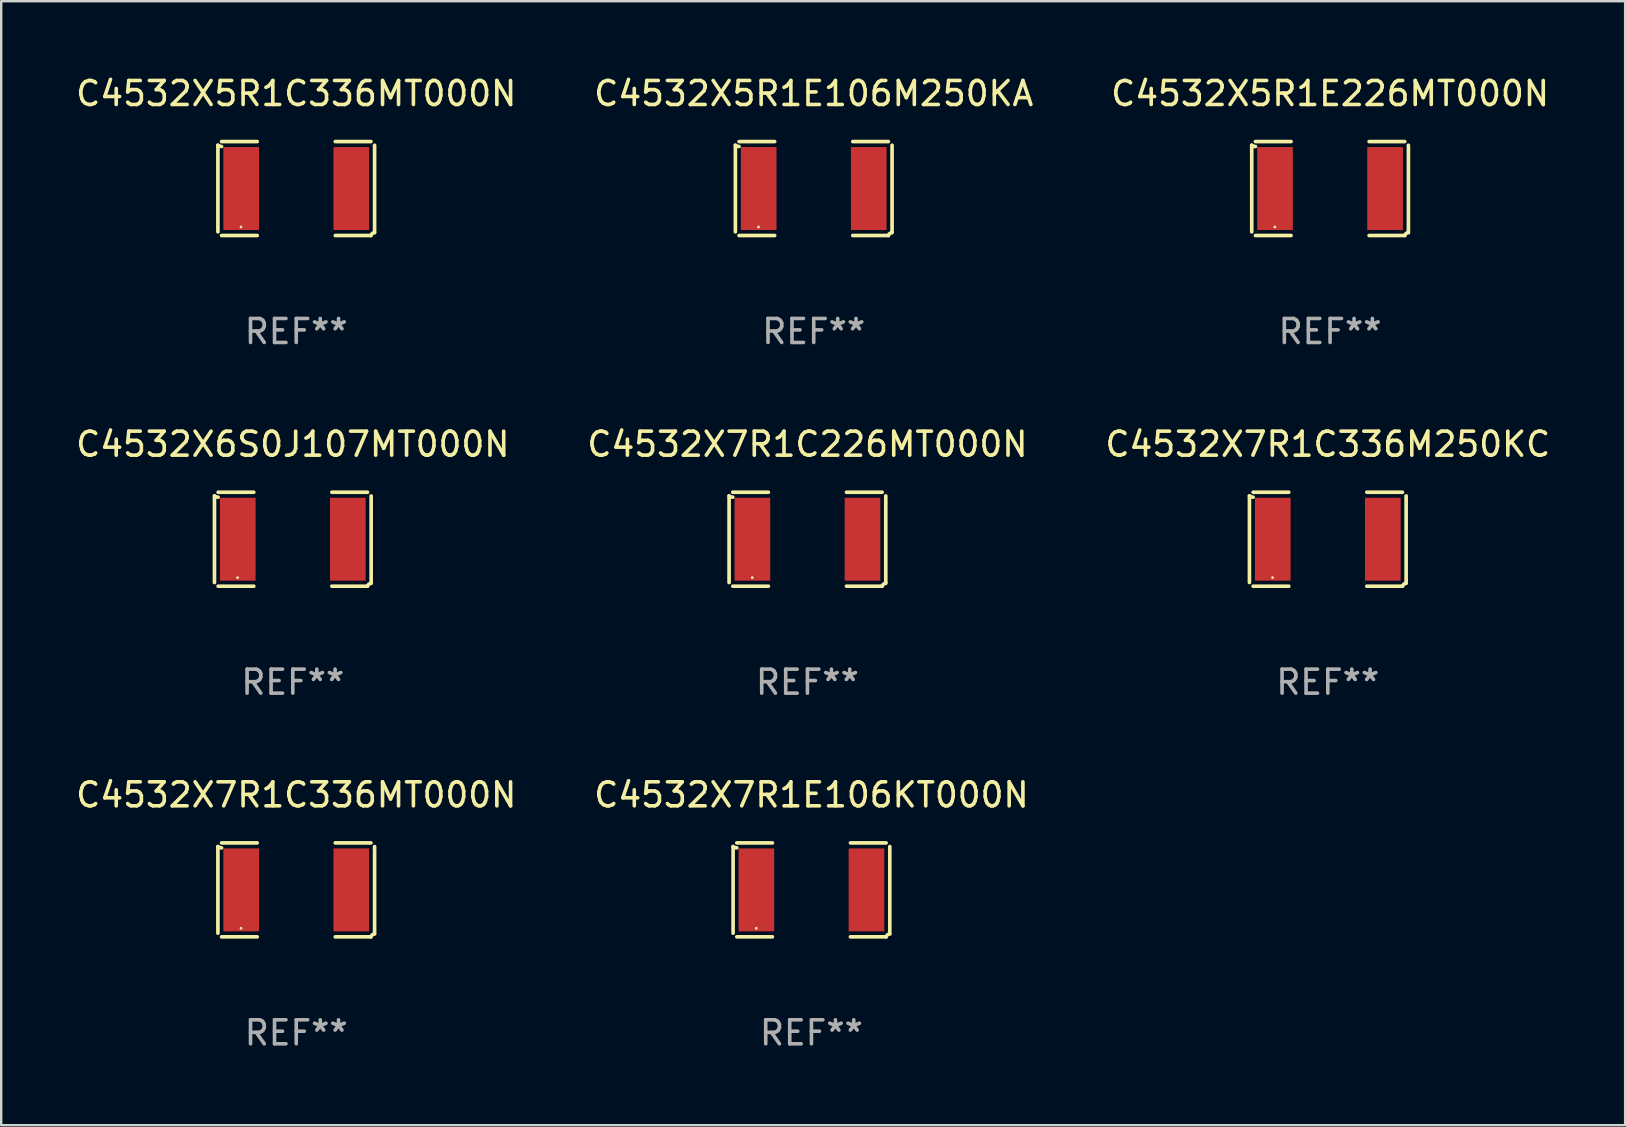
<source format=kicad_pcb>
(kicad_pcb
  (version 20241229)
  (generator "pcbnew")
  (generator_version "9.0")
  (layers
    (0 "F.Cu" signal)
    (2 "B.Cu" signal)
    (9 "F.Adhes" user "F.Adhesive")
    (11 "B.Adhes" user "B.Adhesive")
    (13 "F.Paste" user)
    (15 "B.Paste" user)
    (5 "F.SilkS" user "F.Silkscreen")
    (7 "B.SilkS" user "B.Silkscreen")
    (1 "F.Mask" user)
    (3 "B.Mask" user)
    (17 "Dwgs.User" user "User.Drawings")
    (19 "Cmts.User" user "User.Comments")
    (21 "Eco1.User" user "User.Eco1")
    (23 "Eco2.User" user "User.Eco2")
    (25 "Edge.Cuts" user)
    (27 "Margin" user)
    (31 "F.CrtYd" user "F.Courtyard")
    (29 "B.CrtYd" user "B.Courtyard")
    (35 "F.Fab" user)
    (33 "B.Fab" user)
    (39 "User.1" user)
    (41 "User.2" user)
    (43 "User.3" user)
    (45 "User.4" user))
  (footprint "C4532X7R1C226MT000N"
    (layer "F.Cu")
    (at 30.589 19.415)
    (property "Reference" "C4532X7R1C226MT000N" (at 0 -3.957 0) (layer "F.SilkS") (effects (font (size 1 1) (thickness 0.15))))
    (attr through_hole)
    (fp_line (start -3.264 1.804) (end -3.264 -1.804) (stroke (width 0.152) (type solid)) (layer "F.SilkS"))
    (fp_line (start -3.111 -1.957) (end -1.626 -1.957) (stroke (width 0.152) (type solid)) (layer "F.SilkS"))
    (fp_line (start -1.626 1.957) (end -3.111 1.957) (stroke (width 0.152) (type solid)) (layer "F.SilkS"))
    (fp_line (start 1.626 1.957) (end 3.111 1.957) (stroke (width 0.152) (type solid)) (layer "F.SilkS"))
    (fp_line (start 3.111 -1.957) (end 1.626 -1.957) (stroke (width 0.152) (type solid)) (layer "F.SilkS"))
    (fp_line (start 3.264 1.804) (end 3.264 -1.804) (stroke (width 0.152) (type solid)) (layer "F.SilkS"))
    (fp_arc (start -3.111202 -1.752192) (mid -3.191715 -1.76555) (end -3.263602 -1.804191) (stroke (width 0.1524) (type solid)) (layer "F.SilkS"))
    (fp_arc (start 3.111201 1.956591) (mid 3.167789 1.872777) (end 3.263602 1.840424) (stroke (width 0.1524) (type solid)) (layer "F.SilkS"))
    (fp_circle (center -2.3 1.6) (end -2.27 1.6) (stroke (width 0.06) (type solid)) (fill no) (layer "F.SilkS"))
    (fp_text user "REF**" (at 0 5.957 0) (layer "F.Fab") (effects (font (size 1 1) (thickness 0.15))))
    (pad "1" smd rect (at -2.293 0) (size 1.485 3.456) (layers "F.Cu" "F.Mask" "F.Paste"))
    (pad "2" smd rect (at 2.293 0) (size 1.485 3.456) (layers "F.Cu" "F.Mask" "F.Paste")))
  (footprint "C4532X6S0J107MT000N"
    (layer "F.Cu")
    (at 9.149 19.415)
    (property "Reference" "C4532X6S0J107MT000N" (at 0 -3.957 0) (layer "F.SilkS") (effects (font (size 1 1) (thickness 0.15))))
    (attr through_hole)
    (fp_line (start -3.264 1.804) (end -3.264 -1.804) (stroke (width 0.152) (type solid)) (layer "F.SilkS"))
    (fp_line (start -3.111 -1.957) (end -1.626 -1.957) (stroke (width 0.152) (type solid)) (layer "F.SilkS"))
    (fp_line (start -1.626 1.957) (end -3.111 1.957) (stroke (width 0.152) (type solid)) (layer "F.SilkS"))
    (fp_line (start 1.626 1.957) (end 3.111 1.957) (stroke (width 0.152) (type solid)) (layer "F.SilkS"))
    (fp_line (start 3.111 -1.957) (end 1.626 -1.957) (stroke (width 0.152) (type solid)) (layer "F.SilkS"))
    (fp_line (start 3.264 1.804) (end 3.264 -1.804) (stroke (width 0.152) (type solid)) (layer "F.SilkS"))
    (fp_arc (start -3.111202 -1.752192) (mid -3.191715 -1.76555) (end -3.263602 -1.804191) (stroke (width 0.1524) (type solid)) (layer "F.SilkS"))
    (fp_arc (start 3.111201 1.956591) (mid 3.167789 1.872777) (end 3.263602 1.840424) (stroke (width 0.1524) (type solid)) (layer "F.SilkS"))
    (fp_circle (center -2.3 1.6) (end -2.27 1.6) (stroke (width 0.06) (type solid)) (fill no) (layer "F.SilkS"))
    (fp_text user "REF**" (at 0 5.957 0) (layer "F.Fab") (effects (font (size 1 1) (thickness 0.15))))
    (pad "1" smd rect (at -2.293 0) (size 1.485 3.456) (layers "F.Cu" "F.Mask" "F.Paste"))
    (pad "2" smd rect (at 2.293 0) (size 1.485 3.456) (layers "F.Cu" "F.Mask" "F.Paste")))
  (footprint "C4532X7R1C336M250KC"
    (layer "F.Cu")
    (at 52.268 19.415)
    (property "Reference" "C4532X7R1C336M250KC" (at 0 -3.957 0) (layer "F.SilkS") (effects (font (size 1 1) (thickness 0.15))))
    (attr through_hole)
    (fp_line (start -3.264 1.804) (end -3.264 -1.804) (stroke (width 0.152) (type solid)) (layer "F.SilkS"))
    (fp_line (start -3.111 -1.957) (end -1.626 -1.957) (stroke (width 0.152) (type solid)) (layer "F.SilkS"))
    (fp_line (start -1.626 1.957) (end -3.111 1.957) (stroke (width 0.152) (type solid)) (layer "F.SilkS"))
    (fp_line (start 1.626 1.957) (end 3.111 1.957) (stroke (width 0.152) (type solid)) (layer "F.SilkS"))
    (fp_line (start 3.111 -1.957) (end 1.626 -1.957) (stroke (width 0.152) (type solid)) (layer "F.SilkS"))
    (fp_line (start 3.264 1.804) (end 3.264 -1.804) (stroke (width 0.152) (type solid)) (layer "F.SilkS"))
    (fp_arc (start -3.111202 -1.752192) (mid -3.191715 -1.76555) (end -3.263602 -1.804191) (stroke (width 0.1524) (type solid)) (layer "F.SilkS"))
    (fp_arc (start 3.111201 1.956591) (mid 3.167789 1.872777) (end 3.263602 1.840424) (stroke (width 0.1524) (type solid)) (layer "F.SilkS"))
    (fp_circle (center -2.3 1.6) (end -2.27 1.6) (stroke (width 0.06) (type solid)) (fill no) (layer "F.SilkS"))
    (fp_text user "REF**" (at 0 5.957 0) (layer "F.Fab") (effects (font (size 1 1) (thickness 0.15))))
    (pad "1" smd rect (at -2.293 0) (size 1.485 3.456) (layers "F.Cu" "F.Mask" "F.Paste"))
    (pad "2" smd rect (at 2.293 0) (size 1.485 3.456) (layers "F.Cu" "F.Mask" "F.Paste")))
  (footprint "C4532X7R1C336MT000N"
    (layer "F.Cu")
    (at 9.292 34.024)
    (property "Reference" "C4532X7R1C336MT000N" (at 0 -3.957 0) (layer "F.SilkS") (effects (font (size 1 1) (thickness 0.15))))
    (attr through_hole)
    (fp_line (start -3.264 1.804) (end -3.264 -1.804) (stroke (width 0.152) (type solid)) (layer "F.SilkS"))
    (fp_line (start -3.111 -1.957) (end -1.626 -1.957) (stroke (width 0.152) (type solid)) (layer "F.SilkS"))
    (fp_line (start -1.626 1.957) (end -3.111 1.957) (stroke (width 0.152) (type solid)) (layer "F.SilkS"))
    (fp_line (start 1.626 1.957) (end 3.111 1.957) (stroke (width 0.152) (type solid)) (layer "F.SilkS"))
    (fp_line (start 3.111 -1.957) (end 1.626 -1.957) (stroke (width 0.152) (type solid)) (layer "F.SilkS"))
    (fp_line (start 3.264 1.804) (end 3.264 -1.804) (stroke (width 0.152) (type solid)) (layer "F.SilkS"))
    (fp_arc (start -3.111202 -1.752192) (mid -3.191715 -1.76555) (end -3.263602 -1.804191) (stroke (width 0.1524) (type solid)) (layer "F.SilkS"))
    (fp_arc (start 3.111201 1.956591) (mid 3.167789 1.872777) (end 3.263602 1.840424) (stroke (width 0.1524) (type solid)) (layer "F.SilkS"))
    (fp_circle (center -2.3 1.6) (end -2.27 1.6) (stroke (width 0.06) (type solid)) (fill no) (layer "F.SilkS"))
    (fp_text user "REF**" (at 0 5.957 0) (layer "F.Fab") (effects (font (size 1 1) (thickness 0.15))))
    (pad "1" smd rect (at -2.293 0) (size 1.485 3.456) (layers "F.Cu" "F.Mask" "F.Paste"))
    (pad "2" smd rect (at 2.293 0) (size 1.485 3.456) (layers "F.Cu" "F.Mask" "F.Paste")))
  (footprint "C4532X7R1E106KT000N"
    (layer "F.Cu")
    (at 30.756 34.024)
    (property "Reference" "C4532X7R1E106KT000N" (at 0 -3.957 0) (layer "F.SilkS") (effects (font (size 1 1) (thickness 0.15))))
    (attr through_hole)
    (fp_line (start -3.264 1.804) (end -3.264 -1.804) (stroke (width 0.152) (type solid)) (layer "F.SilkS"))
    (fp_line (start -3.111 -1.957) (end -1.626 -1.957) (stroke (width 0.152) (type solid)) (layer "F.SilkS"))
    (fp_line (start -1.626 1.957) (end -3.111 1.957) (stroke (width 0.152) (type solid)) (layer "F.SilkS"))
    (fp_line (start 1.626 1.957) (end 3.111 1.957) (stroke (width 0.152) (type solid)) (layer "F.SilkS"))
    (fp_line (start 3.111 -1.957) (end 1.626 -1.957) (stroke (width 0.152) (type solid)) (layer "F.SilkS"))
    (fp_line (start 3.264 1.804) (end 3.264 -1.804) (stroke (width 0.152) (type solid)) (layer "F.SilkS"))
    (fp_arc (start -3.111202 -1.752192) (mid -3.191715 -1.76555) (end -3.263602 -1.804191) (stroke (width 0.1524) (type solid)) (layer "F.SilkS"))
    (fp_arc (start 3.111201 1.956591) (mid 3.167789 1.872777) (end 3.263602 1.840424) (stroke (width 0.1524) (type solid)) (layer "F.SilkS"))
    (fp_circle (center -2.3 1.6) (end -2.27 1.6) (stroke (width 0.06) (type solid)) (fill no) (layer "F.SilkS"))
    (fp_text user "REF**" (at 0 5.957 0) (layer "F.Fab") (effects (font (size 1 1) (thickness 0.15))))
    (pad "1" smd rect (at -2.293 0) (size 1.485 3.456) (layers "F.Cu" "F.Mask" "F.Paste"))
    (pad "2" smd rect (at 2.293 0) (size 1.485 3.456) (layers "F.Cu" "F.Mask" "F.Paste")))
  (footprint "C4532X5R1E106M250KA"
    (layer "F.Cu")
    (at 30.851 4.805)
    (property "Reference" "C4532X5R1E106M250KA" (at 0 -3.957 0) (layer "F.SilkS") (effects (font (size 1 1) (thickness 0.15))))
    (attr through_hole)
    (fp_line (start -3.264 1.804) (end -3.264 -1.804) (stroke (width 0.152) (type solid)) (layer "F.SilkS"))
    (fp_line (start -3.111 -1.957) (end -1.626 -1.957) (stroke (width 0.152) (type solid)) (layer "F.SilkS"))
    (fp_line (start -1.626 1.957) (end -3.111 1.957) (stroke (width 0.152) (type solid)) (layer "F.SilkS"))
    (fp_line (start 1.626 1.957) (end 3.111 1.957) (stroke (width 0.152) (type solid)) (layer "F.SilkS"))
    (fp_line (start 3.111 -1.957) (end 1.626 -1.957) (stroke (width 0.152) (type solid)) (layer "F.SilkS"))
    (fp_line (start 3.264 1.804) (end 3.264 -1.804) (stroke (width 0.152) (type solid)) (layer "F.SilkS"))
    (fp_arc (start -3.111202 -1.752192) (mid -3.191715 -1.76555) (end -3.263602 -1.804191) (stroke (width 0.1524) (type solid)) (layer "F.SilkS"))
    (fp_arc (start 3.111201 1.956591) (mid 3.167789 1.872777) (end 3.263602 1.840424) (stroke (width 0.1524) (type solid)) (layer "F.SilkS"))
    (fp_circle (center -2.3 1.6) (end -2.27 1.6) (stroke (width 0.06) (type solid)) (fill no) (layer "F.SilkS"))
    (fp_text user "REF**" (at 0 5.957 0) (layer "F.Fab") (effects (font (size 1 1) (thickness 0.15))))
    (pad "1" smd rect (at -2.293 0) (size 1.485 3.456) (layers "F.Cu" "F.Mask" "F.Paste"))
    (pad "2" smd rect (at 2.293 0) (size 1.485 3.456) (layers "F.Cu" "F.Mask" "F.Paste")))
  (footprint "C4532X5R1E226MT000N"
    (layer "F.Cu")
    (at 52.363 4.805)
    (property "Reference" "C4532X5R1E226MT000N" (at 0 -3.957 0) (layer "F.SilkS") (effects (font (size 1 1) (thickness 0.15))))
    (attr through_hole)
    (fp_line (start -3.264 1.804) (end -3.264 -1.804) (stroke (width 0.152) (type solid)) (layer "F.SilkS"))
    (fp_line (start -3.111 -1.957) (end -1.626 -1.957) (stroke (width 0.152) (type solid)) (layer "F.SilkS"))
    (fp_line (start -1.626 1.957) (end -3.111 1.957) (stroke (width 0.152) (type solid)) (layer "F.SilkS"))
    (fp_line (start 1.626 1.957) (end 3.111 1.957) (stroke (width 0.152) (type solid)) (layer "F.SilkS"))
    (fp_line (start 3.111 -1.957) (end 1.626 -1.957) (stroke (width 0.152) (type solid)) (layer "F.SilkS"))
    (fp_line (start 3.264 1.804) (end 3.264 -1.804) (stroke (width 0.152) (type solid)) (layer "F.SilkS"))
    (fp_arc (start -3.111202 -1.752192) (mid -3.191715 -1.76555) (end -3.263602 -1.804191) (stroke (width 0.1524) (type solid)) (layer "F.SilkS"))
    (fp_arc (start 3.111201 1.956591) (mid 3.167789 1.872777) (end 3.263602 1.840424) (stroke (width 0.1524) (type solid)) (layer "F.SilkS"))
    (fp_circle (center -2.3 1.6) (end -2.27 1.6) (stroke (width 0.06) (type solid)) (fill no) (layer "F.SilkS"))
    (fp_text user "REF**" (at 0 5.957 0) (layer "F.Fab") (effects (font (size 1 1) (thickness 0.15))))
    (pad "1" smd rect (at -2.293 0) (size 1.485 3.456) (layers "F.Cu" "F.Mask" "F.Paste"))
    (pad "2" smd rect (at 2.293 0) (size 1.485 3.456) (layers "F.Cu" "F.Mask" "F.Paste")))
  (footprint "C4532X5R1C336MT000N"
    (layer "F.Cu")
    (at 9.292 4.805)
    (property "Reference" "C4532X5R1C336MT000N" (at 0 -3.957 0) (layer "F.SilkS") (effects (font (size 1 1) (thickness 0.15))))
    (attr through_hole)
    (fp_line (start -3.264 1.804) (end -3.264 -1.804) (stroke (width 0.152) (type solid)) (layer "F.SilkS"))
    (fp_line (start -3.111 -1.957) (end -1.626 -1.957) (stroke (width 0.152) (type solid)) (layer "F.SilkS"))
    (fp_line (start -1.626 1.957) (end -3.111 1.957) (stroke (width 0.152) (type solid)) (layer "F.SilkS"))
    (fp_line (start 1.626 1.957) (end 3.111 1.957) (stroke (width 0.152) (type solid)) (layer "F.SilkS"))
    (fp_line (start 3.111 -1.957) (end 1.626 -1.957) (stroke (width 0.152) (type solid)) (layer "F.SilkS"))
    (fp_line (start 3.264 1.804) (end 3.264 -1.804) (stroke (width 0.152) (type solid)) (layer "F.SilkS"))
    (fp_arc (start -3.111202 -1.752192) (mid -3.191715 -1.76555) (end -3.263602 -1.804191) (stroke (width 0.1524) (type solid)) (layer "F.SilkS"))
    (fp_arc (start 3.111201 1.956591) (mid 3.167789 1.872777) (end 3.263602 1.840424) (stroke (width 0.1524) (type solid)) (layer "F.SilkS"))
    (fp_circle (center -2.3 1.6) (end -2.27 1.6) (stroke (width 0.06) (type solid)) (fill no) (layer "F.SilkS"))
    (fp_text user "REF**" (at 0 5.957 0) (layer "F.Fab") (effects (font (size 1 1) (thickness 0.15))))
    (pad "1" smd rect (at -2.293 0) (size 1.485 3.456) (layers "F.Cu" "F.Mask" "F.Paste"))
    (pad "2" smd rect (at 2.293 0) (size 1.485 3.456) (layers "F.Cu" "F.Mask" "F.Paste")))
  (gr_rect
    (start -3 -3)
    (end 64.655 43.829)
    (stroke (width 0.1) (type default))
    (fill no)
    (layer "Edge.Cuts")))
</source>
